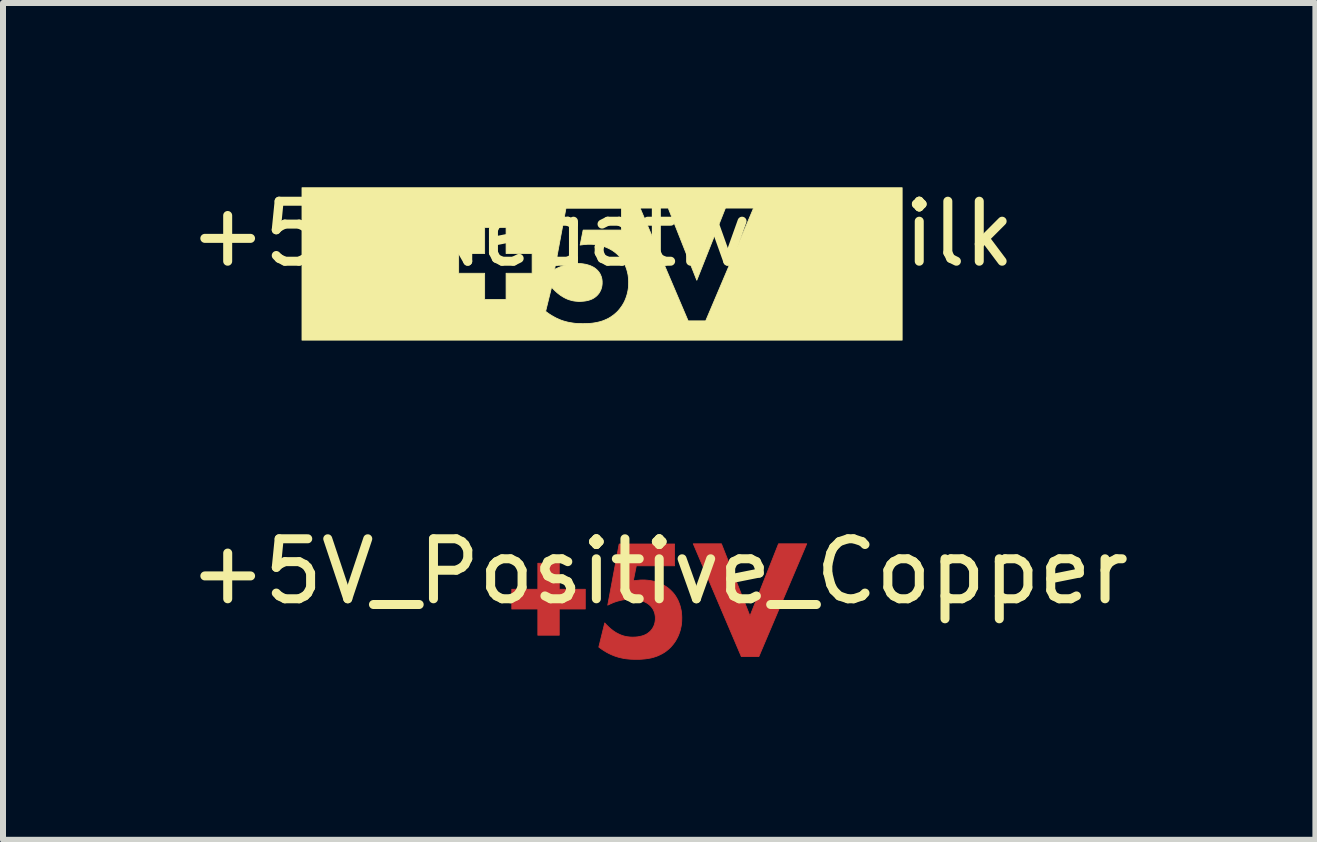
<source format=kicad_pcb>
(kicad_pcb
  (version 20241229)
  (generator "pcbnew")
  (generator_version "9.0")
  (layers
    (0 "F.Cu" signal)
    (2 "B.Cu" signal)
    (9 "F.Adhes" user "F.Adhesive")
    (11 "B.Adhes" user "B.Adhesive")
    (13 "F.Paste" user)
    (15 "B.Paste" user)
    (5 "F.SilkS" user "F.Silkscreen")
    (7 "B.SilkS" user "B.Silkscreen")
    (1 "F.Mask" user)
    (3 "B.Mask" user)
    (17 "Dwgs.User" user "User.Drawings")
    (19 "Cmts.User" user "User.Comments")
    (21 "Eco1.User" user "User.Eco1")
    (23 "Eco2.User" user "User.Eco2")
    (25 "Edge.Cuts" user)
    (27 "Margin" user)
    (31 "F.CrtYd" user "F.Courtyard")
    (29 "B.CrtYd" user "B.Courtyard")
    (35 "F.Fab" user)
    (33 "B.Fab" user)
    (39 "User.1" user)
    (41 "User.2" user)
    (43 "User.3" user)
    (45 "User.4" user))
  (footprint "+5V_Negative_Silk"
    (layer "F.Cu")
    (at 6.982 1.348)
    (property "Reference" "+5V_Negative_Silk" (at 0 -0.5 0) (unlocked yes) (layer "F.SilkS") (effects (font (size 1 1) (thickness 0.15))))
    (fp_poly (pts (xy 5.001 1.27) (xy -5 1.27) (xy -5 0.79) (xy -0.94 0.79) (xy -0.896 0.823) (xy -0.852 0.852) (xy -0.809 0.877) (xy -0.767 0.9) (xy -0.725 0.919) (xy -0.685 0.936) (xy -0.644 0.95) (xy -0.605 0.961) (xy -0.566 0.971) (xy -0.528 0.978) (xy -0.49 0.984) (xy -0.454 0.989) (xy -0.418 0.992) (xy -0.383 0.994) (xy -0.315 0.995) (xy -0.279 0.994) (xy -0.243 0.993) (xy -0.207 0.991) (xy -0.17 0.988) (xy -0.134 0.983) (xy -0.097 0.977) (xy -0.061 0.969) (xy -0.025 0.96) (xy 0.012 0.948) (xy 0.047 0.934) (xy 0.083 0.918) (xy 0.118 0.9) (xy 0.153 0.878) (xy 0.187 0.854) (xy 0.22 0.827) (xy 0.253 0.797) (xy 0.269 0.78) (xy 0.285 0.761) (xy 0.302 0.74) (xy 0.318 0.718) (xy 0.335 0.694) (xy 0.35 0.669) (xy 0.366 0.641) (xy 0.38 0.612) (xy 0.393 0.581) (xy 0.405 0.548) (xy 0.416 0.513) (xy 0.425 0.477) (xy 0.433 0.438) (xy 0.439 0.398) (xy 0.442 0.355) (xy 0.443 0.31) (xy 0.443 0.29) (xy 0.442 0.27) (xy 0.441 0.25) (xy 0.439 0.231) (xy 0.437 0.212) (xy 0.435 0.193) (xy 0.432 0.175) (xy 0.428 0.157) (xy 0.42 0.123) (xy 0.411 0.091) (xy 0.4 0.06) (xy 0.389 0.031) (xy 0.376 0.004) (xy 0.362 -0.022) (xy 0.348 -0.046) (xy 0.333 -0.069) (xy 0.318 -0.09) (xy 0.302 -0.11) (xy 0.286 -0.128) (xy 0.27 -0.145) (xy 0.25 -0.164) (xy 0.228 -0.183) (xy 0.205 -0.201) (xy 0.181 -0.218) (xy 0.155 -0.234) (xy 0.128 -0.249) (xy 0.1 -0.263) (xy 0.07 -0.276) (xy 0.04 -0.288) (xy 0.008 -0.298) (xy -0.026 -0.307) (xy -0.06 -0.314) (xy -0.095 -0.32) (xy -0.132 -0.325) (xy -0.17 -0.327) (xy -0.209 -0.328) (xy -0.228 -0.328) (xy -0.247 -0.327) (xy -0.267 -0.325) (xy -0.287 -0.324) (xy -0.307 -0.322) (xy -0.326 -0.319) (xy -0.365 -0.314) (xy -0.315 -0.564) (xy 0.323 -0.564) (xy 0.323 -0.928) (xy -0.601 -0.928) (xy -0.791 0.092) (xy -0.754 0.073) (xy -0.713 0.055) (xy -0.692 0.047) (xy -0.67 0.039) (xy -0.647 0.031) (xy -0.623 0.024) (xy -0.598 0.017) (xy -0.573 0.011) (xy -0.547 0.006) (xy -0.52 0.001) (xy -0.493 -0.002) (xy -0.465 -0.005) (xy -0.436 -0.006) (xy -0.407 -0.007) (xy -0.389 -0.007) (xy -0.371 -0.006) (xy -0.354 -0.005) (xy -0.337 -0.004) (xy -0.322 -0.002) (xy -0.306 0.000246) (xy -0.292 0.003) (xy -0.277 0.005) (xy -0.264 0.008) (xy -0.251 0.012) (xy -0.238 0.015) (xy -0.226 0.019) (xy -0.215 0.022) (xy -0.204 0.026) (xy -0.194 0.03) (xy -0.184 0.034) (xy -0.174 0.039) (xy -0.166 0.043) (xy -0.149 0.051) (xy -0.135 0.059) (xy -0.123 0.067) (xy -0.113 0.075) (xy -0.104 0.081) (xy -0.098 0.087) (xy -0.093 0.092) (xy -0.084 0.099) (xy -0.076 0.108) (xy -0.067 0.117) (xy -0.059 0.127) (xy -0.05 0.138) (xy -0.043 0.149) (xy -0.035 0.161) (xy -0.028 0.175) (xy -0.022 0.189) (xy -0.016 0.203) (xy -0.01 0.219) (xy -0.006 0.236) (xy -0.002 0.253) (xy 0.000175 0.271) (xy 0.002 0.29) (xy 0.002 0.31) (xy 0.002 0.321) (xy 0.002 0.331) (xy 0.001 0.34) (xy 0.000148 0.35) (xy -0.001 0.36) (xy -0.003 0.369) (xy -0.004 0.378) (xy -0.006 0.387) (xy -0.008 0.396) (xy -0.011 0.404) (xy -0.014 0.413) (xy -0.016 0.421) (xy -0.023 0.437) (xy -0.03 0.452) (xy -0.038 0.467) (xy -0.046 0.481) (xy -0.055 0.494) (xy -0.065 0.506) (xy -0.075 0.517) (xy -0.085 0.528) (xy -0.096 0.538) (xy -0.107 0.547) (xy -0.12 0.557) (xy -0.134 0.566) (xy -0.148 0.575) (xy -0.163 0.583) (xy -0.179 0.59) (xy -0.195 0.596) (xy -0.212 0.602) (xy -0.229 0.607) (xy -0.247 0.611) (xy -0.265 0.615) (xy -0.283 0.618) (xy -0.301 0.62) (xy -0.319 0.622) (xy -0.338 0.623) (xy -0.357 0.624) (xy -0.375 0.624) (xy -0.396 0.624) (xy -0.417 0.623) (xy -0.437 0.621) (xy -0.456 0.619) (xy -0.476 0.616) (xy -0.495 0.612) (xy -0.513 0.607) (xy -0.531 0.602) (xy -0.549 0.597) (xy -0.566 0.591) (xy -0.583 0.584) (xy -0.599 0.577) (xy -0.615 0.569) (xy -0.631 0.561) (xy -0.646 0.552) (xy -0.661 0.543) (xy -0.672 0.536) (xy -0.684 0.529) (xy -0.695 0.521) (xy -0.707 0.512) (xy -0.719 0.503) (xy -0.731 0.494) (xy -0.743 0.484) (xy -0.755 0.474) (xy -0.766 0.463) (xy -0.778 0.453) (xy -0.789 0.442) (xy -0.8 0.431) (xy -0.811 0.42) (xy -0.821 0.409) (xy -0.831 0.399) (xy -0.841 0.388) (xy -0.94 0.79) (xy -5 0.79) (xy -5 0.155) (xy -2.389 0.155) (xy -1.956 0.155) (xy -1.956 0.593) (xy -1.599 0.593) (xy -1.599 0.155) (xy -1.165 0.155) (xy -1.165 -0.173) (xy -1.599 -0.173) (xy -1.599 -0.607) (xy -1.956 -0.607) (xy -1.956 -0.173) (xy -2.389 -0.173) (xy -2.389 0.155) (xy -5 0.155) (xy -5 -0.931) (xy 0.634 -0.931) (xy 1.435 0.949) (xy 1.727 0.949) (xy 2.525 -0.931) (xy 2.056 -0.931) (xy 1.579 0.272) (xy 1.103 -0.931) (xy 0.634 -0.931) (xy -5 -0.931) (xy -5 -1.27) (xy 5.001 -1.27)) (stroke (width 0.013) (type solid)) (fill yes) (layer "F.SilkS")))
  (footprint "+5V_Positive_Copper"
    (layer "F.Cu")
    (at 7.935 6.973)
    (property "Reference" "+5V_Positive_Copper" (at 0 -0.5 0) (unlocked yes) (layer "F.SilkS") (effects (font (size 1 1) (thickness 0.15))))
    (fp_poly (pts (xy 1.512 0.241) (xy 1.988 -0.962) (xy 2.458 -0.962) (xy 1.66 0.918) (xy 1.368 0.918) (xy 0.567 -0.962) (xy 1.036 -0.962)) (stroke (width 0.013) (type solid)) (fill yes) (layer "F.Cu"))
    (fp_poly (pts (xy -1.666 -0.204) (xy -1.232 -0.204) (xy -1.232 0.125) (xy -1.666 0.125) (xy -1.666 0.562) (xy -2.023 0.562) (xy -2.023 0.125) (xy -2.457 0.125) (xy -2.457 -0.204) (xy -2.023 -0.204) (xy -2.023 -0.637) (xy -1.666 -0.637)) (stroke (width 0.013) (type solid)) (fill yes) (layer "F.Cu"))
    (fp_poly (pts (xy 0.256 -0.595) (xy -0.382 -0.595) (xy -0.432 -0.345) (xy -0.393 -0.35) (xy -0.374 -0.352) (xy -0.354 -0.354) (xy -0.334 -0.356) (xy -0.314 -0.358) (xy -0.295 -0.358) (xy -0.276 -0.359) (xy -0.237 -0.358) (xy -0.199 -0.355) (xy -0.163 -0.351) (xy -0.127 -0.345) (xy -0.093 -0.338) (xy -0.059 -0.329) (xy -0.027 -0.318) (xy 0.003 -0.307) (xy 0.033 -0.294) (xy 0.061 -0.28) (xy 0.088 -0.265) (xy 0.114 -0.249) (xy 0.138 -0.232) (xy 0.161 -0.214) (xy 0.183 -0.195) (xy 0.203 -0.175) (xy 0.219 -0.159) (xy 0.235 -0.141) (xy 0.251 -0.121) (xy 0.266 -0.1) (xy 0.281 -0.077) (xy 0.295 -0.053) (xy 0.309 -0.027) (xy 0.322 0.001) (xy 0.333 0.03) (xy 0.344 0.06) (xy 0.353 0.093) (xy 0.361 0.127) (xy 0.365 0.144) (xy 0.368 0.163) (xy 0.37 0.181) (xy 0.372 0.2) (xy 0.374 0.219) (xy 0.375 0.239) (xy 0.376 0.259) (xy 0.376 0.28) (xy 0.375 0.324) (xy 0.372 0.367) (xy 0.366 0.408) (xy 0.358 0.446) (xy 0.349 0.483) (xy 0.338 0.518) (xy 0.326 0.55) (xy 0.313 0.581) (xy 0.298 0.611) (xy 0.283 0.638) (xy 0.268 0.664) (xy 0.251 0.688) (xy 0.235 0.71) (xy 0.218 0.73) (xy 0.202 0.749) (xy 0.186 0.767) (xy 0.153 0.797) (xy 0.12 0.824) (xy 0.086 0.848) (xy 0.051 0.869) (xy 0.016 0.887) (xy -0.02 0.904) (xy -0.055 0.917) (xy -0.092 0.929) (xy -0.128 0.939) (xy -0.164 0.946) (xy -0.201 0.952) (xy -0.237 0.957) (xy -0.274 0.96) (xy -0.31 0.963) (xy -0.346 0.964) (xy -0.382 0.964) (xy -0.45 0.963) (xy -0.485 0.961) (xy -0.521 0.958) (xy -0.558 0.954) (xy -0.595 0.948) (xy -0.633 0.94) (xy -0.672 0.931) (xy -0.711 0.919) (xy -0.752 0.905) (xy -0.793 0.888) (xy -0.834 0.869) (xy -0.876 0.847) (xy -0.919 0.821) (xy -0.963 0.792) (xy -1.007 0.76) (xy -0.908 0.357) (xy -0.898 0.368) (xy -0.888 0.379) (xy -0.878 0.39) (xy -0.867 0.4) (xy -0.856 0.411) (xy -0.845 0.422) (xy -0.833 0.433) (xy -0.822 0.443) (xy -0.81 0.453) (xy -0.798 0.463) (xy -0.786 0.472) (xy -0.774 0.481) (xy -0.763 0.49) (xy -0.751 0.498) (xy -0.739 0.506) (xy -0.728 0.513) (xy -0.713 0.522) (xy -0.698 0.53) (xy -0.682 0.538) (xy -0.666 0.546) (xy -0.65 0.553) (xy -0.633 0.56) (xy -0.616 0.566) (xy -0.598 0.572) (xy -0.58 0.577) (xy -0.562 0.581) (xy -0.543 0.585) (xy -0.523 0.588) (xy -0.504 0.59) (xy -0.484 0.592) (xy -0.463 0.593) (xy -0.442 0.594) (xy -0.424 0.593) (xy -0.405 0.593) (xy -0.386 0.591) (xy -0.368 0.59) (xy -0.35 0.587) (xy -0.332 0.584) (xy -0.314 0.58) (xy -0.296 0.576) (xy -0.279 0.571) (xy -0.262 0.566) (xy -0.246 0.559) (xy -0.23 0.552) (xy -0.215 0.544) (xy -0.201 0.536) (xy -0.187 0.526) (xy -0.174 0.516) (xy -0.163 0.507) (xy -0.152 0.497) (xy -0.142 0.487) (xy -0.132 0.475) (xy -0.122 0.463) (xy -0.113 0.45) (xy -0.105 0.436) (xy -0.097 0.422) (xy -0.09 0.407) (xy -0.083 0.391) (xy -0.081 0.382) (xy -0.078 0.374) (xy -0.076 0.365) (xy -0.073 0.356) (xy -0.071 0.347) (xy -0.07 0.338) (xy -0.068 0.329) (xy -0.067 0.319) (xy -0.066 0.31) (xy -0.065 0.3) (xy -0.065 0.29) (xy -0.065 0.28) (xy -0.065 0.26) (xy -0.067 0.241) (xy -0.07 0.222) (xy -0.073 0.205) (xy -0.078 0.188) (xy -0.083 0.173) (xy -0.089 0.158) (xy -0.095 0.144) (xy -0.102 0.131) (xy -0.11 0.118) (xy -0.118 0.107) (xy -0.126 0.096) (xy -0.134 0.086) (xy -0.143 0.077) (xy -0.151 0.069) (xy -0.16 0.061) (xy -0.165 0.056) (xy -0.171 0.051) (xy -0.18 0.044) (xy -0.19 0.037) (xy -0.202 0.029) (xy -0.216 0.021) (xy -0.233 0.012) (xy -0.241 0.008) (xy -0.251 0.004) (xy -0.261 -0.00037) (xy -0.271 -0.004) (xy -0.282 -0.008) (xy -0.293 -0.012) (xy -0.305 -0.016) (xy -0.318 -0.019) (xy -0.331 -0.022) (xy -0.344 -0.025) (xy -0.359 -0.028) (xy -0.373 -0.03) (xy -0.389 -0.033) (xy -0.405 -0.034) (xy -0.421 -0.036) (xy -0.438 -0.037) (xy -0.456 -0.037) (xy -0.474 -0.038) (xy -0.503 -0.037) (xy -0.532 -0.036) (xy -0.56 -0.033) (xy -0.588 -0.029) (xy -0.614 -0.025) (xy -0.64 -0.019) (xy -0.665 -0.013) (xy -0.69 -0.007) (xy -0.714 0.000368) (xy -0.737 0.008) (xy -0.759 0.016) (xy -0.78 0.025) (xy -0.821 0.043) (xy -0.858 0.061) (xy -0.668 -0.958) (xy 0.256 -0.958)) (stroke (width 0.013) (type solid)) (fill yes) (layer "F.Cu")))
  (gr_rect
    (start -3 -3)
    (end 18.869 10.944)
    (stroke (width 0.1) (type default))
    (fill no)
    (layer "Edge.Cuts")))
</source>
